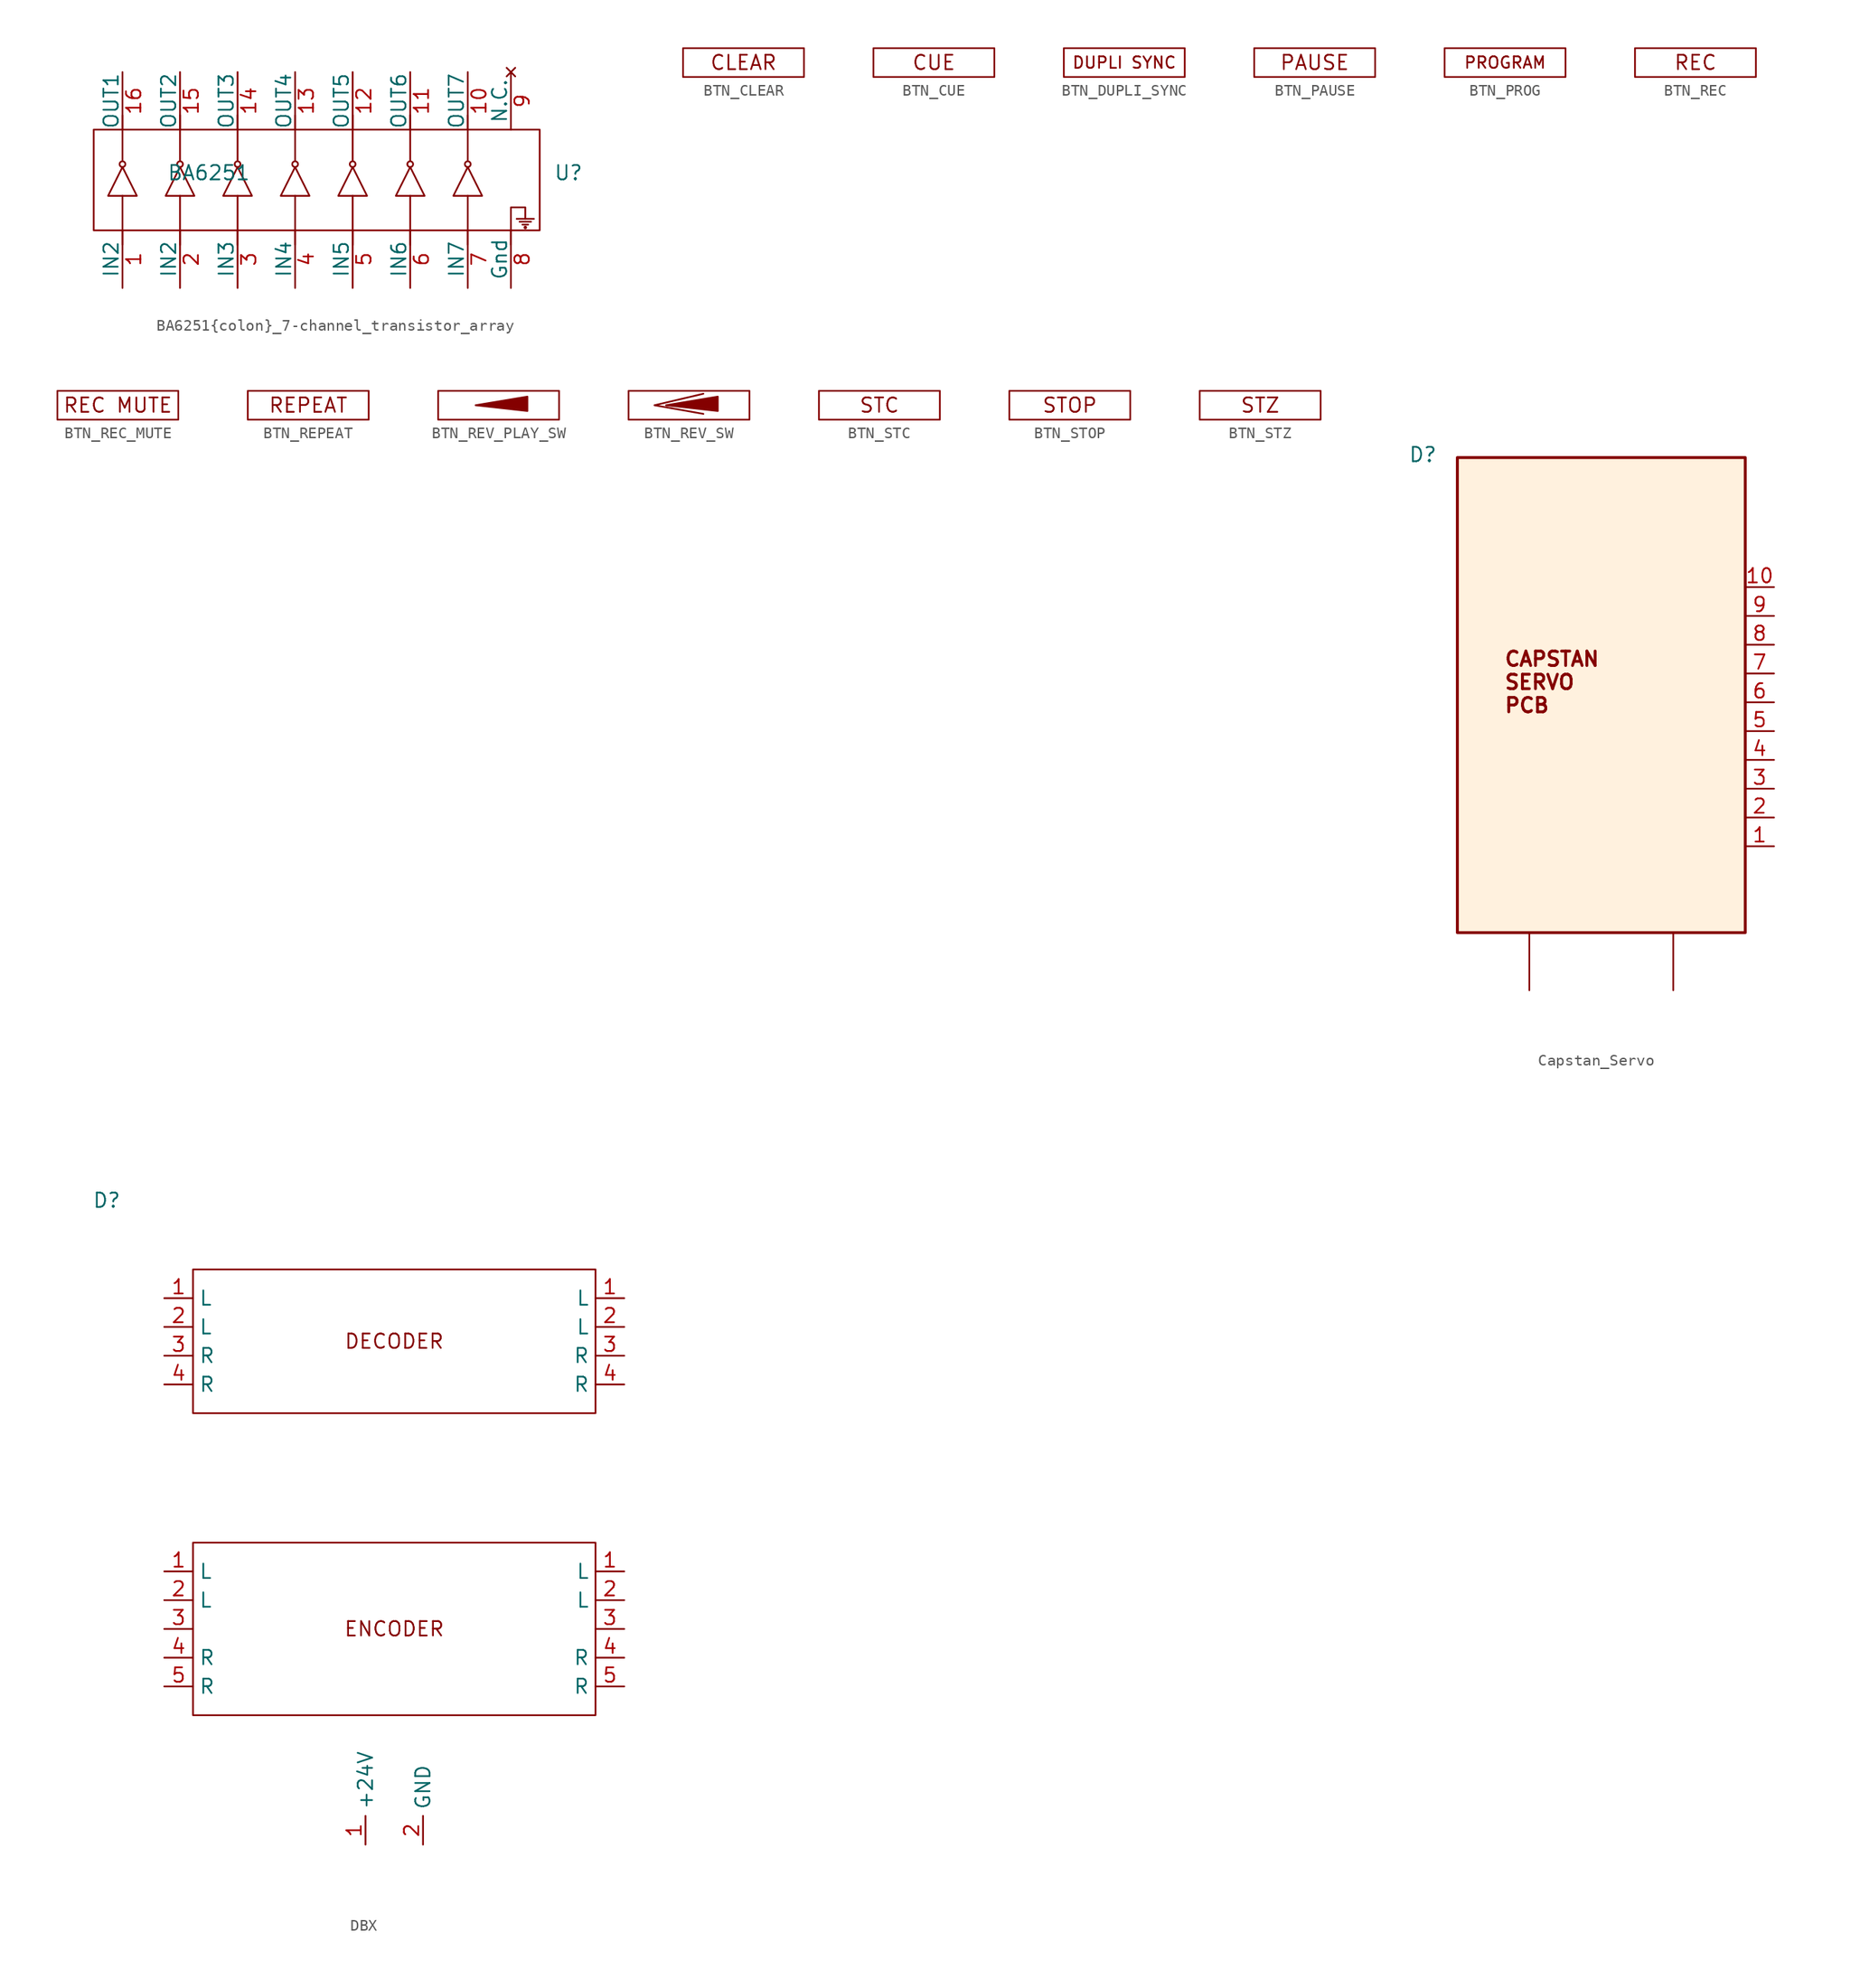
<source format=kicad_sym>
(kicad_symbol_lib
  (version 20241209)
  (generator "kicad_symbol_editor")
  (generator_version "9.0")
  (symbol "BA6251{colon}_7-channel_transistor_array"
    (pin_names
      (offset 0))
    (property "Reference" "U"
      (at 31.75 0 0)
      (effects (font (size 1.27 1.27))))
    (property "Value" "BA6251"
      (at 0 0 0)
      (effects (font (size 1.27 1.27))))
    (symbol "BA6251{colon}_7-channel_transistor_array_0_1"
      (rectangle (start -10.16 3.81) (end 29.21 -5.08) (stroke (width 0) (type default)) (fill (type none))))
    (symbol "BA6251{colon}_7-channel_transistor_array_1_1"
      (polyline (pts (xy -7.62 1.016) (xy -7.62 5.08)) (stroke (width 0) (type default)) (fill (type none)))
      (circle (center -7.62 0.762) (radius 0.254) (stroke (width 0) (type default)) (fill (type none)))
      (polyline (pts (xy -7.62 -2.032) (xy -8.89 -2.032) (xy -7.62 0.508) (xy -6.35 -2.032) (xy -7.62 -2.032)) (stroke (width 0) (type solid)) (fill (type none)))
      (polyline (pts (xy -7.62 -6.35) (xy -7.62 -2.032)) (stroke (width 0) (type default)) (fill (type none)))
      (polyline (pts (xy -2.54 1.016) (xy -2.54 5.08)) (stroke (width 0) (type default)) (fill (type none)))
      (circle (center -2.54 0.762) (radius 0.254) (stroke (width 0) (type default)) (fill (type none)))
      (polyline (pts (xy -2.54 -2.032) (xy -3.81 -2.032) (xy -2.54 0.508) (xy -1.27 -2.032) (xy -2.54 -2.032)) (stroke (width 0) (type solid)) (fill (type none)))
      (polyline (pts (xy -2.54 -6.35) (xy -2.54 -2.032)) (stroke (width 0) (type default)) (fill (type none)))
      (polyline (pts (xy 2.54 1.016) (xy 2.54 5.08)) (stroke (width 0) (type default)) (fill (type none)))
      (circle (center 2.54 0.762) (radius 0.254) (stroke (width 0) (type default)) (fill (type none)))
      (polyline (pts (xy 2.54 -2.032) (xy 1.27 -2.032) (xy 2.54 0.508) (xy 3.81 -2.032) (xy 2.54 -2.032)) (stroke (width 0) (type solid)) (fill (type none)))
      (polyline (pts (xy 2.54 -6.35) (xy 2.54 -2.032)) (stroke (width 0) (type default)) (fill (type none)))
      (polyline (pts (xy 7.62 1.016) (xy 7.62 5.08)) (stroke (width 0) (type default)) (fill (type none)))
      (circle (center 7.62 0.762) (radius 0.254) (stroke (width 0) (type default)) (fill (type none)))
      (polyline (pts (xy 7.62 -2.032) (xy 6.35 -2.032) (xy 7.62 0.508) (xy 8.89 -2.032) (xy 7.62 -2.032)) (stroke (width 0) (type solid)) (fill (type none)))
      (polyline (pts (xy 7.62 -6.35) (xy 7.62 -2.032)) (stroke (width 0) (type default)) (fill (type none)))
      (polyline (pts (xy 12.7 1.016) (xy 12.7 5.08)) (stroke (width 0) (type default)) (fill (type none)))
      (circle (center 12.7 0.762) (radius 0.254) (stroke (width 0) (type default)) (fill (type none)))
      (polyline (pts (xy 12.7 -2.032) (xy 11.43 -2.032) (xy 12.7 0.508) (xy 13.97 -2.032) (xy 12.7 -2.032)) (stroke (width 0) (type solid)) (fill (type none)))
      (polyline (pts (xy 12.7 -6.35) (xy 12.7 -2.032)) (stroke (width 0) (type default)) (fill (type none)))
      (polyline (pts (xy 17.78 1.016) (xy 17.78 5.08)) (stroke (width 0) (type default)) (fill (type none)))
      (circle (center 17.78 0.762) (radius 0.254) (stroke (width 0) (type default)) (fill (type none)))
      (polyline (pts (xy 17.78 -2.032) (xy 16.51 -2.032) (xy 17.78 0.508) (xy 19.05 -2.032) (xy 17.78 -2.032)) (stroke (width 0) (type solid)) (fill (type none)))
      (polyline (pts (xy 17.78 -6.35) (xy 17.78 -2.032)) (stroke (width 0) (type default)) (fill (type none)))
      (polyline (pts (xy 22.86 1.016) (xy 22.86 5.08)) (stroke (width 0) (type default)) (fill (type none)))
      (circle (center 22.86 0.762) (radius 0.254) (stroke (width 0) (type default)) (fill (type none)))
      (polyline (pts (xy 22.86 -2.032) (xy 21.59 -2.032) (xy 22.86 0.508) (xy 24.13 -2.032) (xy 22.86 -2.032)) (stroke (width 0) (type solid)) (fill (type none)))
      (polyline (pts (xy 22.86 -6.35) (xy 22.86 -2.032)) (stroke (width 0) (type default)) (fill (type none)))
      (polyline (pts (xy 26.67 -6.35) (xy 26.67 -3.048) (xy 27.94 -3.048) (xy 27.94 -4.064)) (stroke (width 0) (type default)) (fill (type none)))
      (polyline (pts (xy 27.178 -4.064) (xy 28.702 -4.064)) (stroke (width 0) (type default)) (fill (type none)))
      (polyline (pts (xy 27.432 -4.318) (xy 28.448 -4.318)) (stroke (width 0) (type default)) (fill (type none)))
      (polyline (pts (xy 27.686 -4.572) (xy 28.194 -4.572)) (stroke (width 0) (type default)) (fill (type none)))
      (circle (center 27.94 -4.826) (radius 0.0001) (stroke (width 0) (type default)) (fill (type none)))
      (pin output line (at -7.62 8.89 270) (length 5.08) (name "OUT1" (effects (font (size 1.27 1.27)))) (number "16" (effects (font (size 1.27 1.27)))))
      (pin input line (at -7.62 -10.16 90) (length 5.08) (name "IN2" (effects (font (size 1.27 1.27)))) (number "1" (effects (font (size 1.27 1.27)))))
      (pin output line (at -2.54 8.89 270) (length 5.08) (name "OUT2" (effects (font (size 1.27 1.27)))) (number "15" (effects (font (size 1.27 1.27)))))
      (pin input line (at -2.54 -10.16 90) (length 5.08) (name "IN2" (effects (font (size 1.27 1.27)))) (number "2" (effects (font (size 1.27 1.27)))))
      (pin output line (at 2.54 8.89 270) (length 5.08) (name "OUT3" (effects (font (size 1.27 1.27)))) (number "14" (effects (font (size 1.27 1.27)))))
      (pin input line (at 2.54 -10.16 90) (length 5.08) (name "IN3" (effects (font (size 1.27 1.27)))) (number "3" (effects (font (size 1.27 1.27)))))
      (pin output line (at 7.62 8.89 270) (length 5.08) (name "OUT4" (effects (font (size 1.27 1.27)))) (number "13" (effects (font (size 1.27 1.27)))))
      (pin input line (at 7.62 -10.16 90) (length 5.08) (name "IN4" (effects (font (size 1.27 1.27)))) (number "4" (effects (font (size 1.27 1.27)))))
      (pin output line (at 12.7 8.89 270) (length 5.08) (name "OUT5" (effects (font (size 1.27 1.27)))) (number "12" (effects (font (size 1.27 1.27)))))
      (pin input line (at 12.7 -10.16 90) (length 5.08) (name "IN5" (effects (font (size 1.27 1.27)))) (number "5" (effects (font (size 1.27 1.27)))))
      (pin output line (at 17.78 8.89 270) (length 5.08) (name "OUT6" (effects (font (size 1.27 1.27)))) (number "11" (effects (font (size 1.27 1.27)))))
      (pin input line (at 17.78 -10.16 90) (length 5.08) (name "IN6" (effects (font (size 1.27 1.27)))) (number "6" (effects (font (size 1.27 1.27)))))
      (pin output line (at 22.86 8.89 270) (length 5.08) (name "OUT7" (effects (font (size 1.27 1.27)))) (number "10" (effects (font (size 1.27 1.27)))))
      (pin input line (at 22.86 -10.16 90) (length 5.08) (name "IN7" (effects (font (size 1.27 1.27)))) (number "7" (effects (font (size 1.27 1.27)))))
      (pin no_connect line (at 26.67 8.89 270) (length 5.08) (name "N.C." (effects (font (size 1.27 1.27)))) (number "9" (effects (font (size 1.27 1.27)))))
      (pin input line (at 26.67 -10.16 90) (length 5.08) (name "Gnd" (effects (font (size 1.27 1.27)))) (number "8" (effects (font (size 1.27 1.27)))))))
  (symbol "BTN_CLEAR"
    (pin_numbers
      (hide yes))
    (pin_names
      (offset 0)
      (hide yes))
    (property "Reference" "BTN"
      (at -6.096 4.318 0)
      (effects (font (size 1.27 1.27)) (hide yes)))
    (property "Value" ""
      (at 0 0 0)
      (effects (font (size 1.27 1.27))))
    (symbol "BTN_CLEAR_0_1"
      (rectangle (start -5.334 1.27) (end 5.334 -1.27) (stroke (width 0) (type default)) (fill (type none))))
    (symbol "BTN_CLEAR_1_1"
      (text "CLEAR" (at 0 0 0) (effects (font (size 1.27 1.27))))))
  (symbol "BTN_CUE"
    (pin_numbers
      (hide yes))
    (pin_names
      (offset 0)
      (hide yes))
    (property "Reference" "BTN"
      (at -6.096 4.318 0)
      (effects (font (size 1.27 1.27)) (hide yes)))
    (symbol "BTN_CUE_0_1"
      (rectangle (start -5.334 1.27) (end 5.334 -1.27) (stroke (width 0) (type default)) (fill (type none))))
    (symbol "BTN_CUE_1_1"
      (text "CUE" (at 0 0 0) (effects (font (size 1.27 1.27))))))
  (symbol "BTN_DUPLI_SYNC"
    (pin_numbers
      (hide yes))
    (pin_names
      (offset 0)
      (hide yes))
    (property "Reference" "BTN"
      (at -6.096 4.318 0)
      (effects (font (size 1.27 1.27)) (hide yes)))
    (property "Value" ""
      (at 0 0 0)
      (effects (font (size 1.27 1.27))))
    (symbol "BTN_DUPLI_SYNC_0_1"
      (rectangle (start -5.334 1.27) (end 5.334 -1.27) (stroke (width 0) (type default)) (fill (type none))))
    (symbol "BTN_DUPLI_SYNC_1_1"
      (text "DUPLI SYNC" (at 0 0 0) (effects (font (size 1.016 1.016))))))
  (symbol "BTN_PAUSE"
    (pin_numbers
      (hide yes))
    (pin_names
      (offset 0)
      (hide yes))
    (property "Reference" "BTN"
      (at -6.096 4.318 0)
      (effects (font (size 1.27 1.27)) (hide yes)))
    (property "Value" ""
      (at 0 0 0)
      (effects (font (size 1.27 1.27))))
    (symbol "BTN_PAUSE_0_1"
      (rectangle (start -5.334 1.27) (end 5.334 -1.27) (stroke (width 0) (type default)) (fill (type none))))
    (symbol "BTN_PAUSE_1_1"
      (text "PAUSE" (at 0 0 0) (effects (font (size 1.27 1.27))))))
  (symbol "BTN_PROG"
    (pin_numbers
      (hide yes))
    (pin_names
      (offset 0)
      (hide yes))
    (property "Reference" "BTN"
      (at -6.096 4.318 0)
      (effects (font (size 1.27 1.27)) (hide yes)))
    (property "Value" ""
      (at 0 0 0)
      (effects (font (size 1.27 1.27))))
    (symbol "BTN_PROG_0_1"
      (rectangle (start -5.334 1.27) (end 5.334 -1.27) (stroke (width 0) (type default)) (fill (type none))))
    (symbol "BTN_PROG_1_1"
      (text "PROGRAM" (at 0 0 0) (effects (font (size 1.016 1.016))))))
  (symbol "BTN_REC"
    (pin_numbers
      (hide yes))
    (pin_names
      (offset 0)
      (hide yes))
    (property "Reference" "BTN"
      (at -6.096 4.318 0)
      (effects (font (size 1.27 1.27)) (hide yes)))
    (property "Value" ""
      (at 0 0 0)
      (effects (font (size 1.27 1.27))))
    (symbol "BTN_REC_0_1"
      (rectangle (start -5.334 1.27) (end 5.334 -1.27) (stroke (width 0) (type default)) (fill (type none))))
    (symbol "BTN_REC_1_1"
      (text "REC" (at 0 0 0) (effects (font (size 1.27 1.27))))))
  (symbol "BTN_REC_MUTE"
    (pin_numbers
      (hide yes))
    (pin_names
      (offset 0)
      (hide yes))
    (property "Reference" "BTN"
      (at -6.096 4.318 0)
      (effects (font (size 1.27 1.27)) (hide yes)))
    (property "Value" ""
      (at 0 0 0)
      (effects (font (size 1.27 1.27))))
    (symbol "BTN_REC_MUTE_0_1"
      (rectangle (start -5.334 1.27) (end 5.334 -1.27) (stroke (width 0) (type default)) (fill (type none))))
    (symbol "BTN_REC_MUTE_1_1"
      (text "REC MUTE" (at 0 0 0) (effects (font (size 1.27 1.27))))))
  (symbol "BTN_REPEAT"
    (pin_numbers
      (hide yes))
    (pin_names
      (offset 0)
      (hide yes))
    (property "Reference" "BTN"
      (at -6.096 4.318 0)
      (effects (font (size 1.27 1.27)) (hide yes)))
    (property "Value" ""
      (at 0 0 0)
      (effects (font (size 1.27 1.27))))
    (symbol "BTN_REPEAT_0_1"
      (rectangle (start -5.334 1.27) (end 5.334 -1.27) (stroke (width 0) (type default)) (fill (type none))))
    (symbol "BTN_REPEAT_1_1"
      (text "REPEAT" (at 0 0 0) (effects (font (size 1.27 1.27))))))
  (symbol "BTN_REV_PLAY_SW"
    (pin_numbers
      (hide yes))
    (pin_names
      (offset 0)
      (hide yes))
    (property "Reference" "BTN"
      (at -6.096 4.318 0)
      (effects (font (size 1.27 1.27)) (hide yes)))
    (property "Value" ""
      (at 0 0 0)
      (effects (font (size 1.27 1.27))))
    (symbol "BTN_REV_PLAY_SW_0_1"
      (rectangle (start -5.334 1.27) (end 5.334 -1.27) (stroke (width 0) (type default)) (fill (type none)))
      (polyline (pts (xy 2.54 0.762) (xy -2.032 0) (xy 2.54 -0.508) (xy 2.54 0.762)) (stroke (width 0) (type default)) (fill (type outline)))))
  (symbol "BTN_REV_SW"
    (pin_numbers
      (hide yes))
    (pin_names
      (offset 0)
      (hide yes))
    (property "Reference" "BTN"
      (at -6.096 4.318 0)
      (effects (font (size 1.27 1.27)) (hide yes)))
    (property "Value" ""
      (at 0 0 0)
      (effects (font (size 1.27 1.27))))
    (symbol "BTN_REV_SW_0_1"
      (rectangle (start -5.334 1.27) (end 5.334 -1.27) (stroke (width 0) (type default)) (fill (type none)))
      (polyline (pts (xy 1.27 1.016) (xy -3.048 0) (xy 1.27 -0.762)) (stroke (width 0) (type default)) (fill (type none)))
      (polyline (pts (xy 2.54 0.762) (xy -2.032 0) (xy 2.54 -0.508) (xy 2.54 0.762)) (stroke (width 0) (type default)) (fill (type outline)))))
  (symbol "BTN_STC"
    (pin_numbers
      (hide yes))
    (pin_names
      (offset 0)
      (hide yes))
    (property "Reference" "BTN"
      (at -6.096 4.318 0)
      (effects (font (size 1.27 1.27)) (hide yes)))
    (symbol "BTN_STC_0_1"
      (rectangle (start -5.334 1.27) (end 5.334 -1.27) (stroke (width 0) (type default)) (fill (type none))))
    (symbol "BTN_STC_1_1"
      (text "STC" (at 0 0 0) (effects (font (size 1.27 1.27))))))
  (symbol "BTN_STOP"
    (pin_numbers
      (hide yes))
    (pin_names
      (offset 0)
      (hide yes))
    (property "Reference" "BTN"
      (at -6.096 4.318 0)
      (effects (font (size 1.27 1.27)) (hide yes)))
    (property "Value" ""
      (at 0 0 0)
      (effects (font (size 1.27 1.27))))
    (symbol "BTN_STOP_0_1"
      (rectangle (start -5.334 1.27) (end 5.334 -1.27) (stroke (width 0) (type default)) (fill (type none))))
    (symbol "BTN_STOP_1_1"
      (text "STOP" (at 0 0 0) (effects (font (size 1.27 1.27))))))
  (symbol "BTN_STZ"
    (pin_numbers
      (hide yes))
    (pin_names
      (offset 0)
      (hide yes))
    (property "Reference" "BTN"
      (at -6.096 4.318 0)
      (effects (font (size 1.27 1.27)) (hide yes)))
    (property "Value" ""
      (at 0 0 0)
      (effects (font (size 1.27 1.27))))
    (symbol "BTN_STZ_0_1"
      (rectangle (start -5.334 1.27) (end 5.334 -1.27) (stroke (width 0) (type default)) (fill (type none))))
    (symbol "BTN_STZ_1_1"
      (text "STZ" (at 0 0 0) (effects (font (size 1.27 1.27))))))
  (symbol "Capstan_Servo"
    (property "Reference" "D"
      (at -15.748 19.304 0)
      (effects (font (size 1.27 1.27))))
    (property "Value" ""
      (at 0 0 0)
      (effects (font (size 1.27 1.27))))
    (symbol "Capstan_Servo_0_1"
      (rectangle (start -12.7 19.05) (end 12.7 -22.86) (stroke (width 0.254) (type default)) (fill (type color) (color 255 229 191 0.5))))
    (symbol "Capstan_Servo_1_1"
      (text "CAPSTAN \nSERVO\nPCB" (at -8.636 -0.762 0) (effects (font (size 1.27 1.27) (thickness 0.254) (bold yes)) (justify left)))
      (pin passive line (at -6.35 -27.94 90) (length 5.08) (name "" (effects (font (size 2.54 2.54)))) (number "" (effects (font (size 1.27 1.27)))))
      (pin passive line (at 6.35 -27.94 90) (length 5.08) (name "" (effects (font (size 2.54 2.54)))) (number "" (effects (font (size 1.27 1.27)))))
      (pin passive line (at 15.24 7.62 180) (length 2.54) (name "" (effects (font (size 1.27 1.27)))) (number "10" (effects (font (size 1.27 1.27)))))
      (pin passive line (at 15.24 5.08 180) (length 2.54) (name "" (effects (font (size 1.27 1.27)))) (number "9" (effects (font (size 1.27 1.27)))))
      (pin passive line (at 15.24 2.54 180) (length 2.54) (name "" (effects (font (size 1.27 1.27)))) (number "8" (effects (font (size 1.27 1.27)))))
      (pin passive line (at 15.24 0 180) (length 2.54) (name "" (effects (font (size 1.27 1.27)))) (number "7" (effects (font (size 1.27 1.27)))))
      (pin passive line (at 15.24 -2.54 180) (length 2.54) (name "" (effects (font (size 1.27 1.27)))) (number "6" (effects (font (size 1.27 1.27)))))
      (pin passive line (at 15.24 -5.08 180) (length 2.54) (name "" (effects (font (size 1.27 1.27)))) (number "5" (effects (font (size 1.27 1.27)))))
      (pin passive line (at 15.24 -7.62 180) (length 2.54) (name "" (effects (font (size 1.27 1.27)))) (number "4" (effects (font (size 1.27 1.27)))))
      (pin passive line (at 15.24 -10.16 180) (length 2.54) (name "" (effects (font (size 1.27 1.27)))) (number "3" (effects (font (size 1.27 1.27)))))
      (pin passive line (at 15.24 -12.7 180) (length 2.54) (name "" (effects (font (size 1.27 1.27)))) (number "2" (effects (font (size 1.27 1.27)))))
      (pin passive line (at 15.24 -15.24 180) (length 2.54) (name "" (effects (font (size 1.27 1.27)))) (number "1" (effects (font (size 1.27 1.27)))))))
  (symbol "DBX"
    (property "Reference" "D"
      (at -25.4 25.146 0)
      (effects (font (size 1.27 1.27))))
    (symbol "DBX_0_1"
      (rectangle (start -17.78 19.05) (end 17.78 6.35) (stroke (width 0) (type default)) (fill (type none)))
      (rectangle (start -17.78 -5.08) (end 17.78 -20.32) (stroke (width 0) (type default)) (fill (type none))))
    (symbol "DBX_1_1"
      (text "DECODER\n" (at 0 12.7 0) (effects (font (size 1.27 1.27))))
      (text "ENCODER" (at 0 -12.7 0) (effects (font (size 1.27 1.27))))
      (pin input line (at -20.32 16.51 0) (length 2.54) (name "L" (effects (font (size 1.27 1.27)))) (number "1" (effects (font (size 1.27 1.27)))))
      (pin input line (at -20.32 13.97 0) (length 2.54) (name "L" (effects (font (size 1.27 1.27)))) (number "2" (effects (font (size 1.27 1.27)))))
      (pin input line (at -20.32 11.43 0) (length 2.54) (name "R" (effects (font (size 1.27 1.27)))) (number "3" (effects (font (size 1.27 1.27)))))
      (pin input line (at -20.32 8.89 0) (length 2.54) (name "R" (effects (font (size 1.27 1.27)))) (number "4" (effects (font (size 1.27 1.27)))))
      (pin input line (at -20.32 -7.62 0) (length 2.54) (name "L" (effects (font (size 1.27 1.27)))) (number "1" (effects (font (size 1.27 1.27)))))
      (pin input line (at -20.32 -10.16 0) (length 2.54) (name "L" (effects (font (size 1.27 1.27)))) (number "2" (effects (font (size 1.27 1.27)))))
      (pin input line (at -20.32 -12.7 0) (length 2.54) (name "" (effects (font (size 1.27 1.27)))) (number "3" (effects (font (size 1.27 1.27)))))
      (pin input line (at -20.32 -15.24 0) (length 2.54) (name "R" (effects (font (size 1.27 1.27)))) (number "4" (effects (font (size 1.27 1.27)))))
      (pin input line (at -20.32 -17.78 0) (length 2.54) (name "R" (effects (font (size 1.27 1.27)))) (number "5" (effects (font (size 1.27 1.27)))))
      (pin input line (at -2.54 -31.75 90) (length 2.54) (name "+24V" (effects (font (size 1.27 1.27)))) (number "1" (effects (font (size 1.27 1.27)))))
      (pin input line (at 2.54 -31.75 90) (length 2.54) (name "GND" (effects (font (size 1.27 1.27)))) (number "2" (effects (font (size 1.27 1.27)))))
      (pin input line (at 20.32 16.51 180) (length 2.54) (name "L" (effects (font (size 1.27 1.27)))) (number "1" (effects (font (size 1.27 1.27)))))
      (pin input line (at 20.32 13.97 180) (length 2.54) (name "L" (effects (font (size 1.27 1.27)))) (number "2" (effects (font (size 1.27 1.27)))))
      (pin input line (at 20.32 11.43 180) (length 2.54) (name "R" (effects (font (size 1.27 1.27)))) (number "3" (effects (font (size 1.27 1.27)))))
      (pin input line (at 20.32 8.89 180) (length 2.54) (name "R" (effects (font (size 1.27 1.27)))) (number "4" (effects (font (size 1.27 1.27)))))
      (pin input line (at 20.32 -7.62 180) (length 2.54) (name "L" (effects (font (size 1.27 1.27)))) (number "1" (effects (font (size 1.27 1.27)))))
      (pin input line (at 20.32 -10.16 180) (length 2.54) (name "L" (effects (font (size 1.27 1.27)))) (number "2" (effects (font (size 1.27 1.27)))))
      (pin input line (at 20.32 -12.7 180) (length 2.54) (name "" (effects (font (size 1.27 1.27)))) (number "3" (effects (font (size 1.27 1.27)))))
      (pin input line (at 20.32 -15.24 180) (length 2.54) (name "R" (effects (font (size 1.27 1.27)))) (number "4" (effects (font (size 1.27 1.27)))))
      (pin input line (at 20.32 -17.78 180) (length 2.54) (name "R" (effects (font (size 1.27 1.27)))) (number "5" (effects (font (size 1.27 1.27))))))))
</source>
